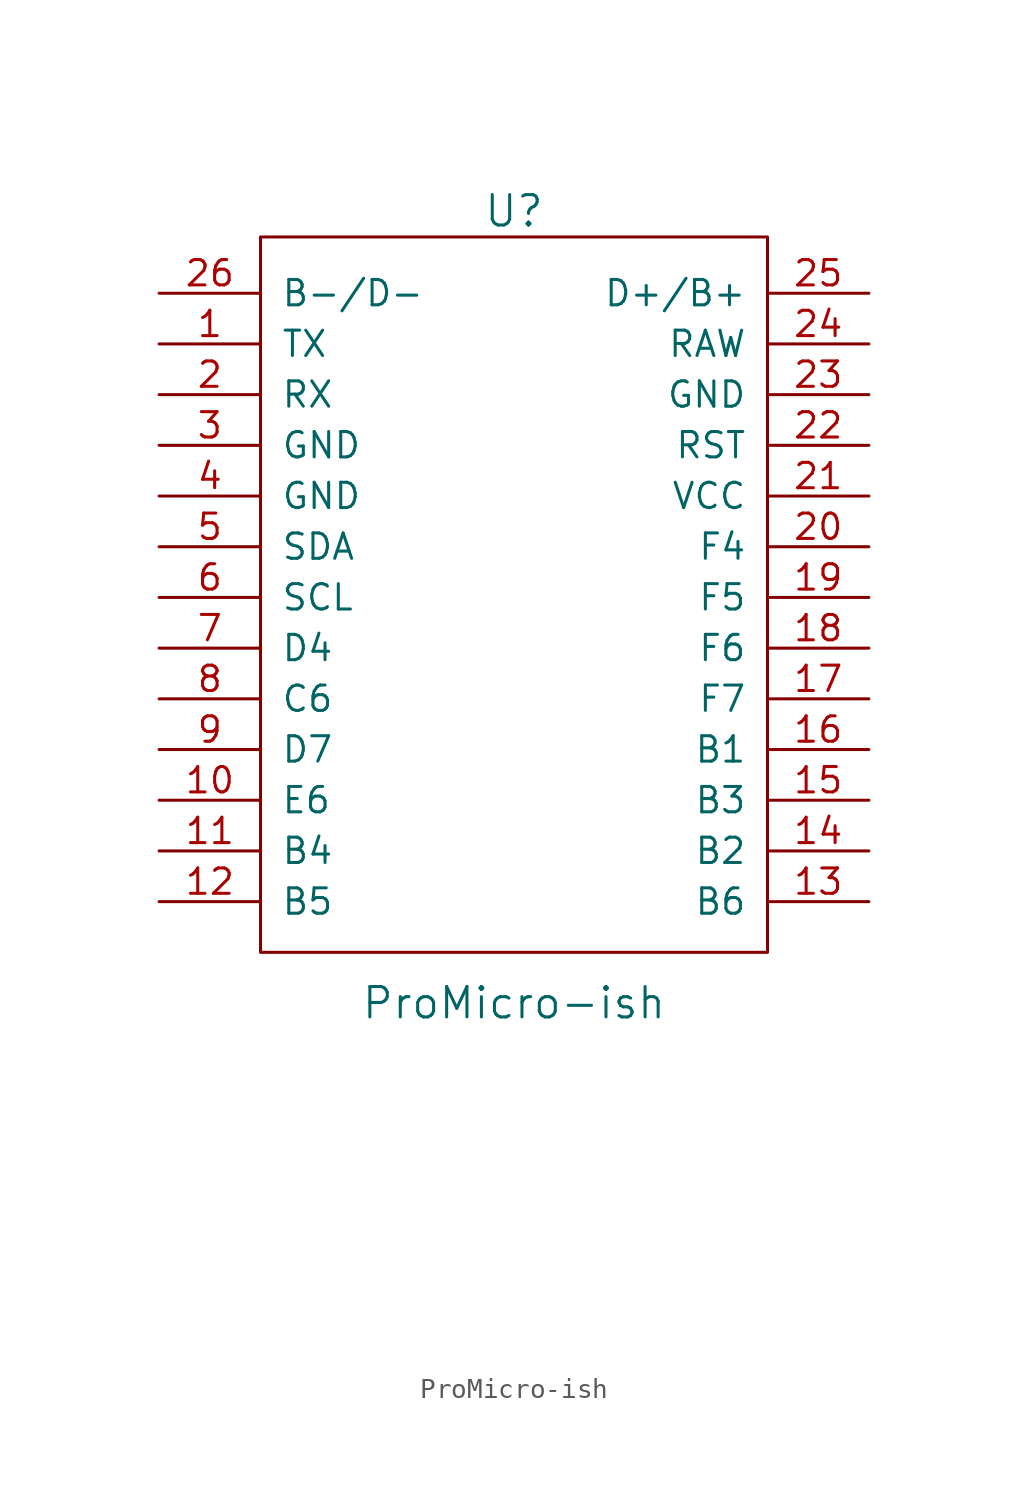
<source format=kicad_sym>
(kicad_symbol_lib
  (version 20220914)
  (generator kicad_symbol_editor)
  (symbol "ProMicro-ish"
    (pin_names
      (offset 1.016))
    (property "Reference" "U"
      (at 0 25.705 0)
      (effects (font (size 1.524 1.524))))
    (property "Value" "ProMicro-ish"
      (at 0 -13.97 0)
      (effects (font (size 1.524 1.524))))
    (property "Datasheet" ""
      (at 2.54 -26.67 0)
      (effects (font (size 1.524 1.524))))
    (symbol "ProMicro-ish_0_1"
      (rectangle (start -12.7 24.409) (end 12.7 -11.43) (stroke (width 0) (type solid)) (fill (type none))))
    (symbol "ProMicro-ish_1_0"
      (pin power_in line (at -17.78 21.59 0) (length 5.08) (name "B-/D-" (effects (font (size 1.27 1.27)))) (number "26" (effects (font (size 1.27 1.27))))))
    (symbol "ProMicro-ish_1_1"
      (pin bidirectional line (at -17.78 19.05 0) (length 5.08) (name "TX" (effects (font (size 1.27 1.27)))) (number "1" (effects (font (size 1.27 1.27)))))
      (pin bidirectional line (at -17.78 -3.81 0) (length 5.08) (name "E6" (effects (font (size 1.27 1.27)))) (number "10" (effects (font (size 1.27 1.27)))))
      (pin bidirectional line (at -17.78 -6.35 0) (length 5.08) (name "B4" (effects (font (size 1.27 1.27)))) (number "11" (effects (font (size 1.27 1.27)))))
      (pin bidirectional line (at -17.78 -8.89 0) (length 5.08) (name "B5" (effects (font (size 1.27 1.27)))) (number "12" (effects (font (size 1.27 1.27)))))
      (pin bidirectional line (at 17.78 -8.89 180) (length 5.08) (name "B6" (effects (font (size 1.27 1.27)))) (number "13" (effects (font (size 1.27 1.27)))))
      (pin bidirectional line (at 17.78 -6.35 180) (length 5.08) (name "B2" (effects (font (size 1.27 1.27)))) (number "14" (effects (font (size 1.27 1.27)))))
      (pin bidirectional line (at 17.78 -3.81 180) (length 5.08) (name "B3" (effects (font (size 1.27 1.27)))) (number "15" (effects (font (size 1.27 1.27)))))
      (pin bidirectional line (at 17.78 -1.27 180) (length 5.08) (name "B1" (effects (font (size 1.27 1.27)))) (number "16" (effects (font (size 1.27 1.27)))))
      (pin bidirectional line (at 17.78 1.27 180) (length 5.08) (name "F7" (effects (font (size 1.27 1.27)))) (number "17" (effects (font (size 1.27 1.27)))))
      (pin bidirectional line (at 17.78 3.81 180) (length 5.08) (name "F6" (effects (font (size 1.27 1.27)))) (number "18" (effects (font (size 1.27 1.27)))))
      (pin bidirectional line (at 17.78 6.35 180) (length 5.08) (name "F5" (effects (font (size 1.27 1.27)))) (number "19" (effects (font (size 1.27 1.27)))))
      (pin bidirectional line (at -17.78 16.51 0) (length 5.08) (name "RX" (effects (font (size 1.27 1.27)))) (number "2" (effects (font (size 1.27 1.27)))))
      (pin bidirectional line (at 17.78 8.89 180) (length 5.08) (name "F4" (effects (font (size 1.27 1.27)))) (number "20" (effects (font (size 1.27 1.27)))))
      (pin power_in line (at 17.78 11.43 180) (length 5.08) (name "VCC" (effects (font (size 1.27 1.27)))) (number "21" (effects (font (size 1.27 1.27)))))
      (pin input line (at 17.78 13.97 180) (length 5.08) (name "RST" (effects (font (size 1.27 1.27)))) (number "22" (effects (font (size 1.27 1.27)))))
      (pin power_in line (at 17.78 16.51 180) (length 5.08) (name "GND" (effects (font (size 1.27 1.27)))) (number "23" (effects (font (size 1.27 1.27)))))
      (pin power_out line (at 17.78 19.05 180) (length 5.08) (name "RAW" (effects (font (size 1.27 1.27)))) (number "24" (effects (font (size 1.27 1.27)))))
      (pin power_out line (at 17.78 21.59 180) (length 5.08) (name "D+/B+" (effects (font (size 1.27 1.27)))) (number "25" (effects (font (size 1.27 1.27)))))
      (pin power_in line (at -17.78 13.97 0) (length 5.08) (name "GND" (effects (font (size 1.27 1.27)))) (number "3" (effects (font (size 1.27 1.27)))))
      (pin power_in line (at -17.78 11.43 0) (length 5.08) (name "GND" (effects (font (size 1.27 1.27)))) (number "4" (effects (font (size 1.27 1.27)))))
      (pin bidirectional line (at -17.78 8.89 0) (length 5.08) (name "SDA" (effects (font (size 1.27 1.27)))) (number "5" (effects (font (size 1.27 1.27)))))
      (pin bidirectional line (at -17.78 6.35 0) (length 5.08) (name "SCL" (effects (font (size 1.27 1.27)))) (number "6" (effects (font (size 1.27 1.27)))))
      (pin bidirectional line (at -17.78 3.81 0) (length 5.08) (name "D4" (effects (font (size 1.27 1.27)))) (number "7" (effects (font (size 1.27 1.27)))))
      (pin bidirectional line (at -17.78 1.27 0) (length 5.08) (name "C6" (effects (font (size 1.27 1.27)))) (number "8" (effects (font (size 1.27 1.27)))))
      (pin bidirectional line (at -17.78 -1.27 0) (length 5.08) (name "D7" (effects (font (size 1.27 1.27)))) (number "9" (effects (font (size 1.27 1.27))))))))
</source>
